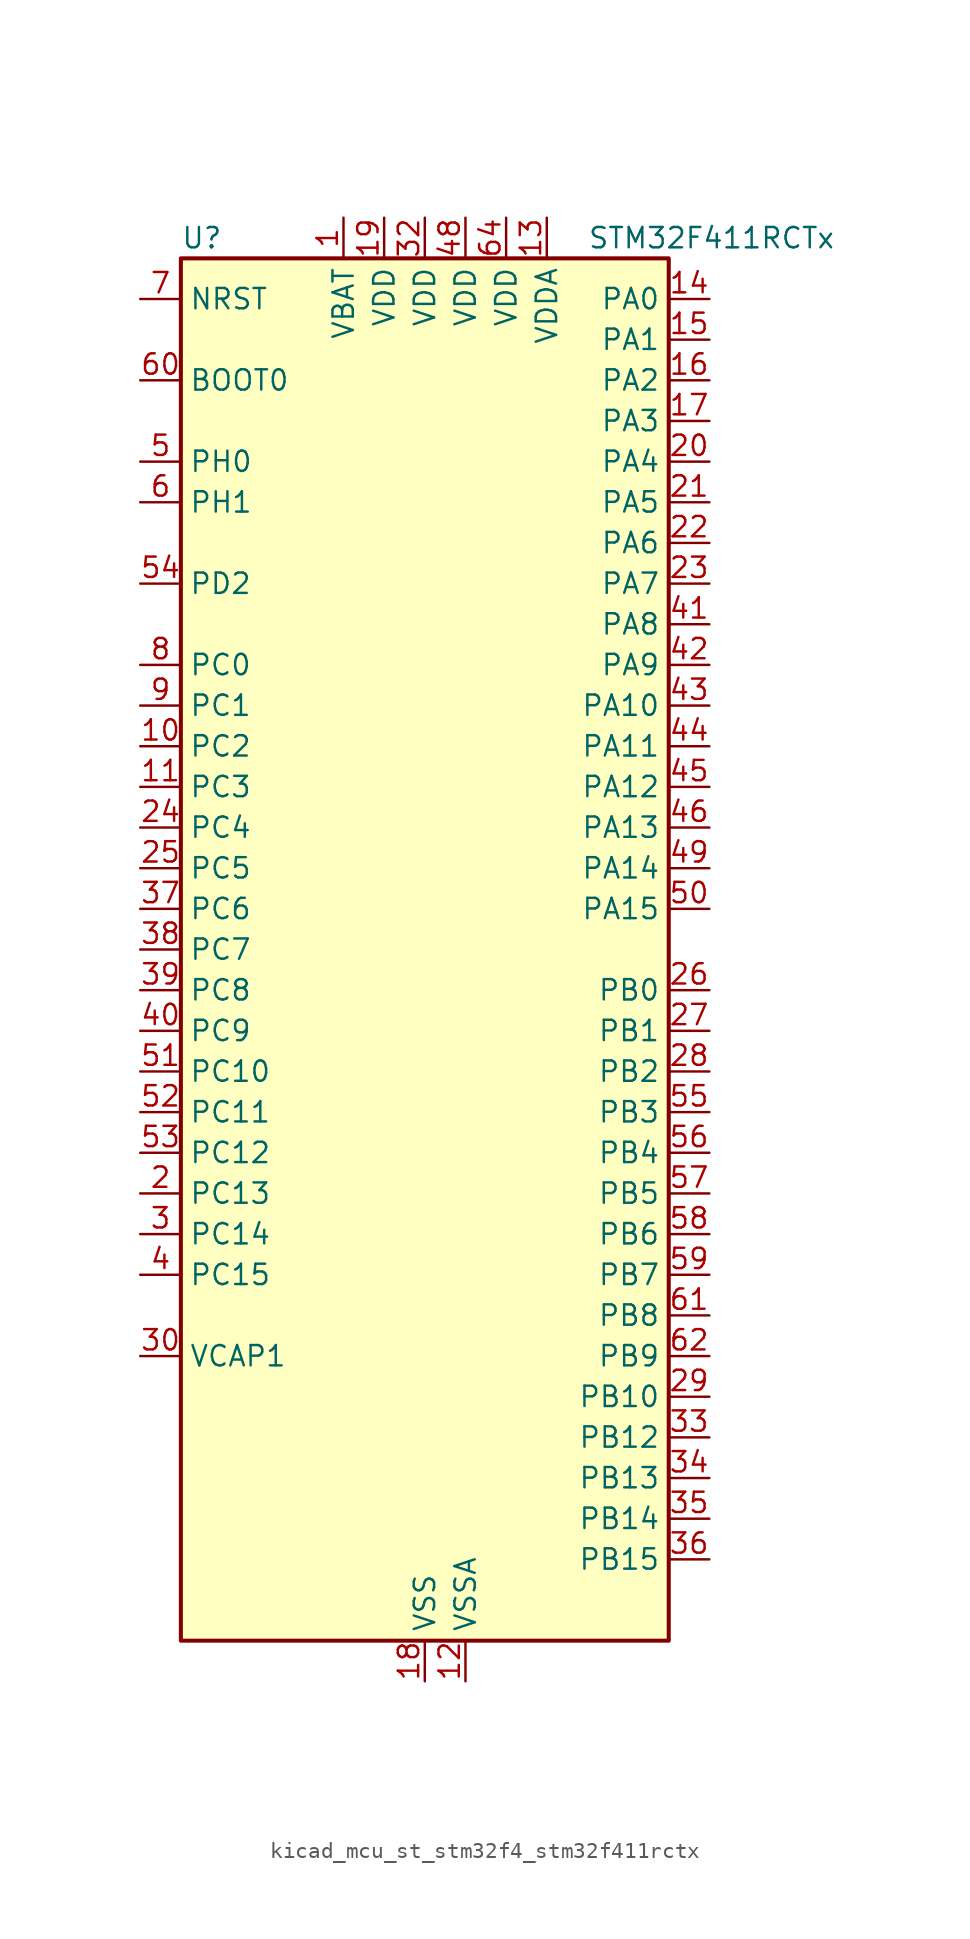
<source format=kicad_sym>
(kicad_symbol_lib
  (version 20220914)
  (generator kicad_symbol_editor)
  (symbol "kicad_mcu_st_stm32f4_stm32f411rctx"
    (property "Reference" "U"
      (at -15.24 44.45 0)
      (effects (font (size 1.27 1.27)) (justify left)))
    (property "Value" "STM32F411RCTx"
      (at 10.16 44.45 0)
      (effects (font (size 1.27 1.27)) (justify left)))
    (property "ki_locked" ""
      (at 0 0 0)
      (effects (font (size 1.27 1.27))))
    (symbol "kicad_mcu_st_stm32f4_stm32f411rctx_0_1"
      (rectangle (start -15.24 -43.18) (end 15.24 43.18) (stroke (width 0.254) (type default)) (fill (type background))))
    (symbol "kicad_mcu_st_stm32f4_stm32f411rctx_1_1"
      (pin power_in line (at -5.08 45.72 270) (length 2.54) (name "VBAT" (effects (font (size 1.27 1.27)))) (number "1" (effects (font (size 1.27 1.27)))))
      (pin bidirectional line (at -17.78 12.7 0) (length 2.54) (name "PC2" (effects (font (size 1.27 1.27)))) (number "10" (effects (font (size 1.27 1.27)))) (alternate "ADC1_IN12" bidirectional line) (alternate "I2S2_ext_SD" bidirectional line) (alternate "SPI2_MISO" bidirectional line))
      (pin bidirectional line (at -17.78 10.16 0) (length 2.54) (name "PC3" (effects (font (size 1.27 1.27)))) (number "11" (effects (font (size 1.27 1.27)))) (alternate "ADC1_IN13" bidirectional line) (alternate "I2S2_SD" bidirectional line) (alternate "SPI2_MOSI" bidirectional line))
      (pin power_in line (at 2.54 -45.72 90) (length 2.54) (name "VSSA" (effects (font (size 1.27 1.27)))) (number "12" (effects (font (size 1.27 1.27)))))
      (pin power_in line (at 7.62 45.72 270) (length 2.54) (name "VDDA" (effects (font (size 1.27 1.27)))) (number "13" (effects (font (size 1.27 1.27)))))
      (pin bidirectional line (at 17.78 40.64 180) (length 2.54) (name "PA0" (effects (font (size 1.27 1.27)))) (number "14" (effects (font (size 1.27 1.27)))) (alternate "ADC1_IN0" bidirectional line) (alternate "SYS_WKUP" bidirectional line) (alternate "TIM2_CH1" bidirectional line) (alternate "TIM2_ETR" bidirectional line) (alternate "TIM5_CH1" bidirectional line) (alternate "USART2_CTS" bidirectional line))
      (pin bidirectional line (at 17.78 38.1 180) (length 2.54) (name "PA1" (effects (font (size 1.27 1.27)))) (number "15" (effects (font (size 1.27 1.27)))) (alternate "ADC1_IN1" bidirectional line) (alternate "I2S4_SD" bidirectional line) (alternate "SPI4_MOSI" bidirectional line) (alternate "TIM2_CH2" bidirectional line) (alternate "TIM5_CH2" bidirectional line) (alternate "USART2_RTS" bidirectional line))
      (pin bidirectional line (at 17.78 35.56 180) (length 2.54) (name "PA2" (effects (font (size 1.27 1.27)))) (number "16" (effects (font (size 1.27 1.27)))) (alternate "ADC1_IN2" bidirectional line) (alternate "I2S_CKIN" bidirectional line) (alternate "TIM2_CH3" bidirectional line) (alternate "TIM5_CH3" bidirectional line) (alternate "TIM9_CH1" bidirectional line) (alternate "USART2_TX" bidirectional line))
      (pin bidirectional line (at 17.78 33.02 180) (length 2.54) (name "PA3" (effects (font (size 1.27 1.27)))) (number "17" (effects (font (size 1.27 1.27)))) (alternate "ADC1_IN3" bidirectional line) (alternate "I2S2_MCK" bidirectional line) (alternate "TIM2_CH4" bidirectional line) (alternate "TIM5_CH4" bidirectional line) (alternate "TIM9_CH2" bidirectional line) (alternate "USART2_RX" bidirectional line))
      (pin power_in line (at 0 -45.72 90) (length 2.54) (name "VSS" (effects (font (size 1.27 1.27)))) (number "18" (effects (font (size 1.27 1.27)))))
      (pin power_in line (at -2.54 45.72 270) (length 2.54) (name "VDD" (effects (font (size 1.27 1.27)))) (number "19" (effects (font (size 1.27 1.27)))))
      (pin bidirectional line (at -17.78 -15.24 0) (length 2.54) (name "PC13" (effects (font (size 1.27 1.27)))) (number "2" (effects (font (size 1.27 1.27)))) (alternate "RTC_AF1" bidirectional line))
      (pin bidirectional line (at 17.78 30.48 180) (length 2.54) (name "PA4" (effects (font (size 1.27 1.27)))) (number "20" (effects (font (size 1.27 1.27)))) (alternate "ADC1_IN4" bidirectional line) (alternate "I2S1_WS" bidirectional line) (alternate "I2S3_WS" bidirectional line) (alternate "SPI1_NSS" bidirectional line) (alternate "SPI3_NSS" bidirectional line) (alternate "USART2_CK" bidirectional line))
      (pin bidirectional line (at 17.78 27.94 180) (length 2.54) (name "PA5" (effects (font (size 1.27 1.27)))) (number "21" (effects (font (size 1.27 1.27)))) (alternate "ADC1_IN5" bidirectional line) (alternate "I2S1_CK" bidirectional line) (alternate "SPI1_SCK" bidirectional line) (alternate "TIM2_CH1" bidirectional line) (alternate "TIM2_ETR" bidirectional line))
      (pin bidirectional line (at 17.78 25.4 180) (length 2.54) (name "PA6" (effects (font (size 1.27 1.27)))) (number "22" (effects (font (size 1.27 1.27)))) (alternate "ADC1_IN6" bidirectional line) (alternate "I2S2_MCK" bidirectional line) (alternate "SDIO_CMD" bidirectional line) (alternate "SPI1_MISO" bidirectional line) (alternate "TIM1_BKIN" bidirectional line) (alternate "TIM3_CH1" bidirectional line))
      (pin bidirectional line (at 17.78 22.86 180) (length 2.54) (name "PA7" (effects (font (size 1.27 1.27)))) (number "23" (effects (font (size 1.27 1.27)))) (alternate "ADC1_IN7" bidirectional line) (alternate "I2S1_SD" bidirectional line) (alternate "SPI1_MOSI" bidirectional line) (alternate "TIM1_CH1N" bidirectional line) (alternate "TIM3_CH2" bidirectional line))
      (pin bidirectional line (at -17.78 7.62 0) (length 2.54) (name "PC4" (effects (font (size 1.27 1.27)))) (number "24" (effects (font (size 1.27 1.27)))) (alternate "ADC1_IN14" bidirectional line))
      (pin bidirectional line (at -17.78 5.08 0) (length 2.54) (name "PC5" (effects (font (size 1.27 1.27)))) (number "25" (effects (font (size 1.27 1.27)))) (alternate "ADC1_IN15" bidirectional line))
      (pin bidirectional line (at 17.78 -2.54 180) (length 2.54) (name "PB0" (effects (font (size 1.27 1.27)))) (number "26" (effects (font (size 1.27 1.27)))) (alternate "ADC1_IN8" bidirectional line) (alternate "I2S5_CK" bidirectional line) (alternate "SPI5_SCK" bidirectional line) (alternate "TIM1_CH2N" bidirectional line) (alternate "TIM3_CH3" bidirectional line))
      (pin bidirectional line (at 17.78 -5.08 180) (length 2.54) (name "PB1" (effects (font (size 1.27 1.27)))) (number "27" (effects (font (size 1.27 1.27)))) (alternate "ADC1_IN9" bidirectional line) (alternate "I2S5_WS" bidirectional line) (alternate "SPI5_NSS" bidirectional line) (alternate "TIM1_CH3N" bidirectional line) (alternate "TIM3_CH4" bidirectional line))
      (pin bidirectional line (at 17.78 -7.62 180) (length 2.54) (name "PB2" (effects (font (size 1.27 1.27)))) (number "28" (effects (font (size 1.27 1.27)))))
      (pin bidirectional line (at 17.78 -27.94 180) (length 2.54) (name "PB10" (effects (font (size 1.27 1.27)))) (number "29" (effects (font (size 1.27 1.27)))) (alternate "I2C2_SCL" bidirectional line) (alternate "I2S2_CK" bidirectional line) (alternate "I2S3_MCK" bidirectional line) (alternate "SDIO_D7" bidirectional line) (alternate "SPI2_SCK" bidirectional line) (alternate "TIM2_CH3" bidirectional line))
      (pin bidirectional line (at -17.78 -17.78 0) (length 2.54) (name "PC14" (effects (font (size 1.27 1.27)))) (number "3" (effects (font (size 1.27 1.27)))) (alternate "RCC_OSC32_IN" bidirectional line))
      (pin power_out line (at -17.78 -25.4 0) (length 2.54) (name "VCAP1" (effects (font (size 1.27 1.27)))) (number "30" (effects (font (size 1.27 1.27)))))
      (pin passive line (at 0 -45.72 90) (length 2.54) hide (name "VSS" (effects (font (size 1.27 1.27)))) (number "31" (effects (font (size 1.27 1.27)))))
      (pin power_in line (at 0 45.72 270) (length 2.54) (name "VDD" (effects (font (size 1.27 1.27)))) (number "32" (effects (font (size 1.27 1.27)))))
      (pin bidirectional line (at 17.78 -30.48 180) (length 2.54) (name "PB12" (effects (font (size 1.27 1.27)))) (number "33" (effects (font (size 1.27 1.27)))) (alternate "I2C2_SMBA" bidirectional line) (alternate "I2S2_WS" bidirectional line) (alternate "I2S3_CK" bidirectional line) (alternate "I2S4_WS" bidirectional line) (alternate "SPI2_NSS" bidirectional line) (alternate "SPI3_SCK" bidirectional line) (alternate "SPI4_NSS" bidirectional line) (alternate "TIM1_BKIN" bidirectional line))
      (pin bidirectional line (at 17.78 -33.02 180) (length 2.54) (name "PB13" (effects (font (size 1.27 1.27)))) (number "34" (effects (font (size 1.27 1.27)))) (alternate "I2S2_CK" bidirectional line) (alternate "I2S4_CK" bidirectional line) (alternate "SPI2_SCK" bidirectional line) (alternate "SPI4_SCK" bidirectional line) (alternate "TIM1_CH1N" bidirectional line))
      (pin bidirectional line (at 17.78 -35.56 180) (length 2.54) (name "PB14" (effects (font (size 1.27 1.27)))) (number "35" (effects (font (size 1.27 1.27)))) (alternate "I2S2_ext_SD" bidirectional line) (alternate "SDIO_D6" bidirectional line) (alternate "SPI2_MISO" bidirectional line) (alternate "TIM1_CH2N" bidirectional line))
      (pin bidirectional line (at 17.78 -38.1 180) (length 2.54) (name "PB15" (effects (font (size 1.27 1.27)))) (number "36" (effects (font (size 1.27 1.27)))) (alternate "ADC1_EXTI15" bidirectional line) (alternate "I2S2_SD" bidirectional line) (alternate "RTC_REFIN" bidirectional line) (alternate "SDIO_CK" bidirectional line) (alternate "SPI2_MOSI" bidirectional line) (alternate "TIM1_CH3N" bidirectional line))
      (pin bidirectional line (at -17.78 2.54 0) (length 2.54) (name "PC6" (effects (font (size 1.27 1.27)))) (number "37" (effects (font (size 1.27 1.27)))) (alternate "I2S2_MCK" bidirectional line) (alternate "SDIO_D6" bidirectional line) (alternate "TIM3_CH1" bidirectional line) (alternate "USART6_TX" bidirectional line))
      (pin bidirectional line (at -17.78 0 0) (length 2.54) (name "PC7" (effects (font (size 1.27 1.27)))) (number "38" (effects (font (size 1.27 1.27)))) (alternate "I2S2_CK" bidirectional line) (alternate "I2S3_MCK" bidirectional line) (alternate "SDIO_D7" bidirectional line) (alternate "SPI2_SCK" bidirectional line) (alternate "TIM3_CH2" bidirectional line) (alternate "USART6_RX" bidirectional line))
      (pin bidirectional line (at -17.78 -2.54 0) (length 2.54) (name "PC8" (effects (font (size 1.27 1.27)))) (number "39" (effects (font (size 1.27 1.27)))) (alternate "SDIO_D0" bidirectional line) (alternate "TIM3_CH3" bidirectional line) (alternate "USART6_CK" bidirectional line))
      (pin bidirectional line (at -17.78 -20.32 0) (length 2.54) (name "PC15" (effects (font (size 1.27 1.27)))) (number "4" (effects (font (size 1.27 1.27)))) (alternate "ADC1_EXTI15" bidirectional line) (alternate "RCC_OSC32_OUT" bidirectional line))
      (pin bidirectional line (at -17.78 -5.08 0) (length 2.54) (name "PC9" (effects (font (size 1.27 1.27)))) (number "40" (effects (font (size 1.27 1.27)))) (alternate "I2C3_SDA" bidirectional line) (alternate "I2S_CKIN" bidirectional line) (alternate "RCC_MCO_2" bidirectional line) (alternate "SDIO_D1" bidirectional line) (alternate "TIM3_CH4" bidirectional line))
      (pin bidirectional line (at 17.78 20.32 180) (length 2.54) (name "PA8" (effects (font (size 1.27 1.27)))) (number "41" (effects (font (size 1.27 1.27)))) (alternate "I2C3_SCL" bidirectional line) (alternate "RCC_MCO_1" bidirectional line) (alternate "SDIO_D1" bidirectional line) (alternate "TIM1_CH1" bidirectional line) (alternate "USART1_CK" bidirectional line) (alternate "USB_OTG_FS_SOF" bidirectional line))
      (pin bidirectional line (at 17.78 17.78 180) (length 2.54) (name "PA9" (effects (font (size 1.27 1.27)))) (number "42" (effects (font (size 1.27 1.27)))) (alternate "I2C3_SMBA" bidirectional line) (alternate "SDIO_D2" bidirectional line) (alternate "TIM1_CH2" bidirectional line) (alternate "USART1_TX" bidirectional line) (alternate "USB_OTG_FS_VBUS" bidirectional line))
      (pin bidirectional line (at 17.78 15.24 180) (length 2.54) (name "PA10" (effects (font (size 1.27 1.27)))) (number "43" (effects (font (size 1.27 1.27)))) (alternate "I2S5_SD" bidirectional line) (alternate "SPI5_MOSI" bidirectional line) (alternate "TIM1_CH3" bidirectional line) (alternate "USART1_RX" bidirectional line) (alternate "USB_OTG_FS_ID" bidirectional line))
      (pin bidirectional line (at 17.78 12.7 180) (length 2.54) (name "PA11" (effects (font (size 1.27 1.27)))) (number "44" (effects (font (size 1.27 1.27)))) (alternate "ADC1_EXTI11" bidirectional line) (alternate "SPI4_MISO" bidirectional line) (alternate "TIM1_CH4" bidirectional line) (alternate "USART1_CTS" bidirectional line) (alternate "USART6_TX" bidirectional line) (alternate "USB_OTG_FS_DM" bidirectional line))
      (pin bidirectional line (at 17.78 10.16 180) (length 2.54) (name "PA12" (effects (font (size 1.27 1.27)))) (number "45" (effects (font (size 1.27 1.27)))) (alternate "SPI5_MISO" bidirectional line) (alternate "TIM1_ETR" bidirectional line) (alternate "USART1_RTS" bidirectional line) (alternate "USART6_RX" bidirectional line) (alternate "USB_OTG_FS_DP" bidirectional line))
      (pin bidirectional line (at 17.78 7.62 180) (length 2.54) (name "PA13" (effects (font (size 1.27 1.27)))) (number "46" (effects (font (size 1.27 1.27)))) (alternate "SYS_JTMS-SWDIO" bidirectional line))
      (pin passive line (at 0 -45.72 90) (length 2.54) hide (name "VSS" (effects (font (size 1.27 1.27)))) (number "47" (effects (font (size 1.27 1.27)))))
      (pin power_in line (at 2.54 45.72 270) (length 2.54) (name "VDD" (effects (font (size 1.27 1.27)))) (number "48" (effects (font (size 1.27 1.27)))))
      (pin bidirectional line (at 17.78 5.08 180) (length 2.54) (name "PA14" (effects (font (size 1.27 1.27)))) (number "49" (effects (font (size 1.27 1.27)))) (alternate "SYS_JTCK-SWCLK" bidirectional line))
      (pin bidirectional line (at -17.78 30.48 0) (length 2.54) (name "PH0" (effects (font (size 1.27 1.27)))) (number "5" (effects (font (size 1.27 1.27)))) (alternate "RCC_OSC_IN" bidirectional line))
      (pin bidirectional line (at 17.78 2.54 180) (length 2.54) (name "PA15" (effects (font (size 1.27 1.27)))) (number "50" (effects (font (size 1.27 1.27)))) (alternate "ADC1_EXTI15" bidirectional line) (alternate "I2S1_WS" bidirectional line) (alternate "I2S3_WS" bidirectional line) (alternate "SPI1_NSS" bidirectional line) (alternate "SPI3_NSS" bidirectional line) (alternate "SYS_JTDI" bidirectional line) (alternate "TIM2_CH1" bidirectional line) (alternate "TIM2_ETR" bidirectional line) (alternate "USART1_TX" bidirectional line))
      (pin bidirectional line (at -17.78 -7.62 0) (length 2.54) (name "PC10" (effects (font (size 1.27 1.27)))) (number "51" (effects (font (size 1.27 1.27)))) (alternate "I2S3_CK" bidirectional line) (alternate "SDIO_D2" bidirectional line) (alternate "SPI3_SCK" bidirectional line))
      (pin bidirectional line (at -17.78 -10.16 0) (length 2.54) (name "PC11" (effects (font (size 1.27 1.27)))) (number "52" (effects (font (size 1.27 1.27)))) (alternate "ADC1_EXTI11" bidirectional line) (alternate "I2S3_ext_SD" bidirectional line) (alternate "SDIO_D3" bidirectional line) (alternate "SPI3_MISO" bidirectional line))
      (pin bidirectional line (at -17.78 -12.7 0) (length 2.54) (name "PC12" (effects (font (size 1.27 1.27)))) (number "53" (effects (font (size 1.27 1.27)))) (alternate "I2S3_SD" bidirectional line) (alternate "SDIO_CK" bidirectional line) (alternate "SPI3_MOSI" bidirectional line))
      (pin bidirectional line (at -17.78 22.86 0) (length 2.54) (name "PD2" (effects (font (size 1.27 1.27)))) (number "54" (effects (font (size 1.27 1.27)))) (alternate "SDIO_CMD" bidirectional line) (alternate "TIM3_ETR" bidirectional line))
      (pin bidirectional line (at 17.78 -10.16 180) (length 2.54) (name "PB3" (effects (font (size 1.27 1.27)))) (number "55" (effects (font (size 1.27 1.27)))) (alternate "I2C2_SDA" bidirectional line) (alternate "I2S1_CK" bidirectional line) (alternate "I2S3_CK" bidirectional line) (alternate "SPI1_SCK" bidirectional line) (alternate "SPI3_SCK" bidirectional line) (alternate "SYS_JTDO-SWO" bidirectional line) (alternate "TIM2_CH2" bidirectional line) (alternate "USART1_RX" bidirectional line))
      (pin bidirectional line (at 17.78 -12.7 180) (length 2.54) (name "PB4" (effects (font (size 1.27 1.27)))) (number "56" (effects (font (size 1.27 1.27)))) (alternate "I2C3_SDA" bidirectional line) (alternate "I2S3_ext_SD" bidirectional line) (alternate "SDIO_D0" bidirectional line) (alternate "SPI1_MISO" bidirectional line) (alternate "SPI3_MISO" bidirectional line) (alternate "SYS_JTRST" bidirectional line) (alternate "TIM3_CH1" bidirectional line))
      (pin bidirectional line (at 17.78 -15.24 180) (length 2.54) (name "PB5" (effects (font (size 1.27 1.27)))) (number "57" (effects (font (size 1.27 1.27)))) (alternate "I2C1_SMBA" bidirectional line) (alternate "I2S1_SD" bidirectional line) (alternate "I2S3_SD" bidirectional line) (alternate "SDIO_D3" bidirectional line) (alternate "SPI1_MOSI" bidirectional line) (alternate "SPI3_MOSI" bidirectional line) (alternate "TIM3_CH2" bidirectional line))
      (pin bidirectional line (at 17.78 -17.78 180) (length 2.54) (name "PB6" (effects (font (size 1.27 1.27)))) (number "58" (effects (font (size 1.27 1.27)))) (alternate "I2C1_SCL" bidirectional line) (alternate "TIM4_CH1" bidirectional line) (alternate "USART1_TX" bidirectional line))
      (pin bidirectional line (at 17.78 -20.32 180) (length 2.54) (name "PB7" (effects (font (size 1.27 1.27)))) (number "59" (effects (font (size 1.27 1.27)))) (alternate "I2C1_SDA" bidirectional line) (alternate "SDIO_D0" bidirectional line) (alternate "TIM4_CH2" bidirectional line) (alternate "USART1_RX" bidirectional line))
      (pin bidirectional line (at -17.78 27.94 0) (length 2.54) (name "PH1" (effects (font (size 1.27 1.27)))) (number "6" (effects (font (size 1.27 1.27)))) (alternate "RCC_OSC_OUT" bidirectional line))
      (pin input line (at -17.78 35.56 0) (length 2.54) (name "BOOT0" (effects (font (size 1.27 1.27)))) (number "60" (effects (font (size 1.27 1.27)))))
      (pin bidirectional line (at 17.78 -22.86 180) (length 2.54) (name "PB8" (effects (font (size 1.27 1.27)))) (number "61" (effects (font (size 1.27 1.27)))) (alternate "I2C1_SCL" bidirectional line) (alternate "I2C3_SDA" bidirectional line) (alternate "I2S5_SD" bidirectional line) (alternate "SDIO_D4" bidirectional line) (alternate "SPI5_MOSI" bidirectional line) (alternate "TIM10_CH1" bidirectional line) (alternate "TIM4_CH3" bidirectional line))
      (pin bidirectional line (at 17.78 -25.4 180) (length 2.54) (name "PB9" (effects (font (size 1.27 1.27)))) (number "62" (effects (font (size 1.27 1.27)))) (alternate "I2C1_SDA" bidirectional line) (alternate "I2C2_SDA" bidirectional line) (alternate "I2S2_WS" bidirectional line) (alternate "SDIO_D5" bidirectional line) (alternate "SPI2_NSS" bidirectional line) (alternate "TIM11_CH1" bidirectional line) (alternate "TIM4_CH4" bidirectional line))
      (pin passive line (at 0 -45.72 90) (length 2.54) hide (name "VSS" (effects (font (size 1.27 1.27)))) (number "63" (effects (font (size 1.27 1.27)))))
      (pin power_in line (at 5.08 45.72 270) (length 2.54) (name "VDD" (effects (font (size 1.27 1.27)))) (number "64" (effects (font (size 1.27 1.27)))))
      (pin input line (at -17.78 40.64 0) (length 2.54) (name "NRST" (effects (font (size 1.27 1.27)))) (number "7" (effects (font (size 1.27 1.27)))))
      (pin bidirectional line (at -17.78 17.78 0) (length 2.54) (name "PC0" (effects (font (size 1.27 1.27)))) (number "8" (effects (font (size 1.27 1.27)))) (alternate "ADC1_IN10" bidirectional line))
      (pin bidirectional line (at -17.78 15.24 0) (length 2.54) (name "PC1" (effects (font (size 1.27 1.27)))) (number "9" (effects (font (size 1.27 1.27)))) (alternate "ADC1_IN11" bidirectional line)))))
</source>
